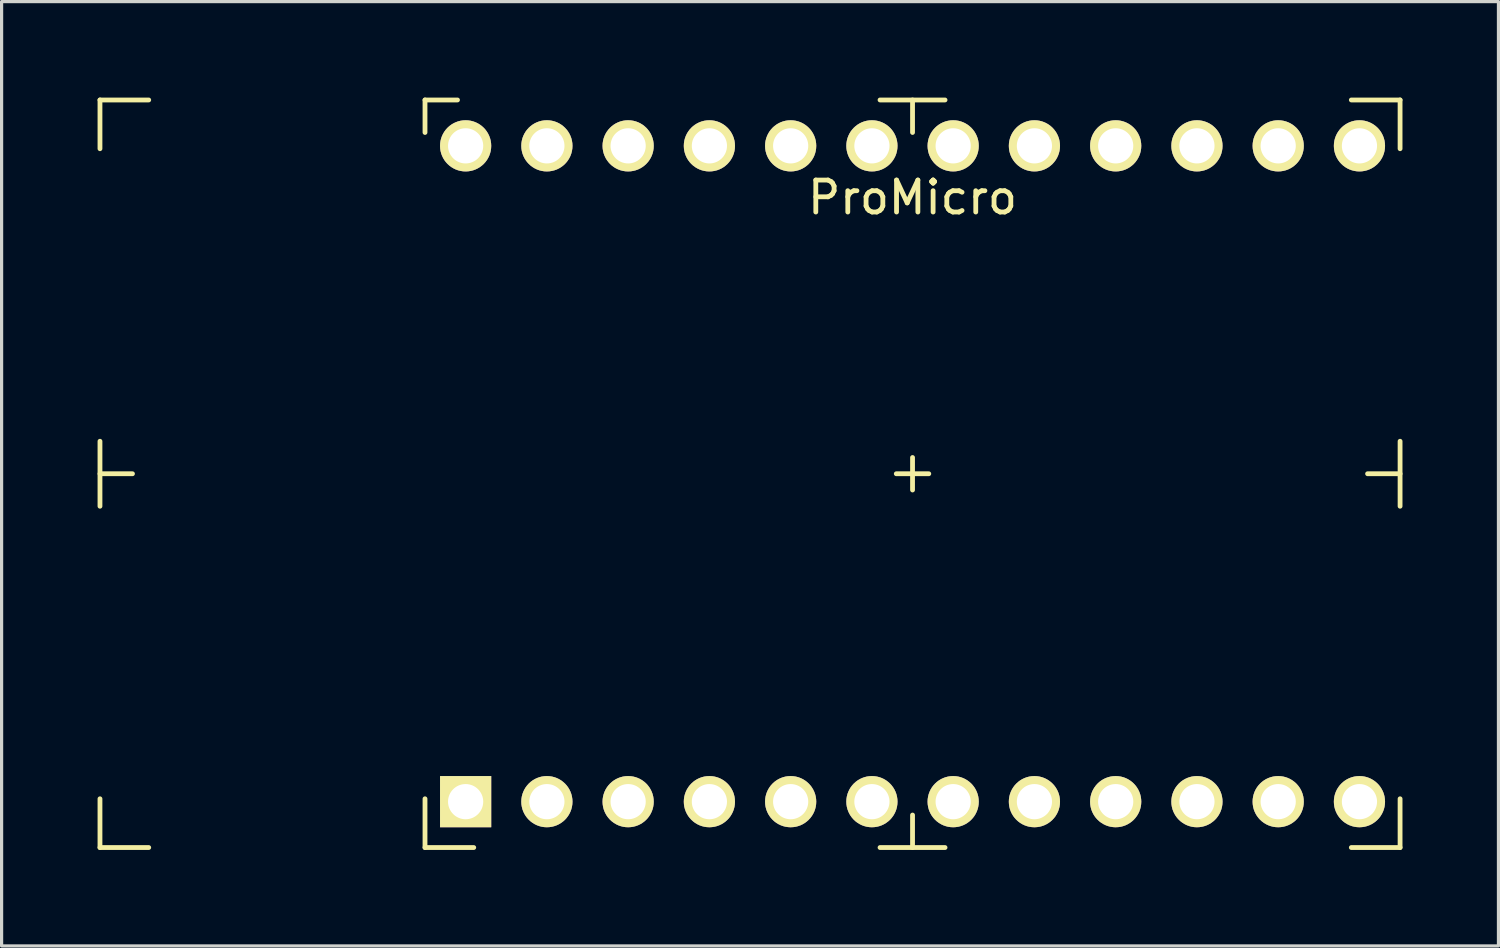
<source format=kicad_pcb>
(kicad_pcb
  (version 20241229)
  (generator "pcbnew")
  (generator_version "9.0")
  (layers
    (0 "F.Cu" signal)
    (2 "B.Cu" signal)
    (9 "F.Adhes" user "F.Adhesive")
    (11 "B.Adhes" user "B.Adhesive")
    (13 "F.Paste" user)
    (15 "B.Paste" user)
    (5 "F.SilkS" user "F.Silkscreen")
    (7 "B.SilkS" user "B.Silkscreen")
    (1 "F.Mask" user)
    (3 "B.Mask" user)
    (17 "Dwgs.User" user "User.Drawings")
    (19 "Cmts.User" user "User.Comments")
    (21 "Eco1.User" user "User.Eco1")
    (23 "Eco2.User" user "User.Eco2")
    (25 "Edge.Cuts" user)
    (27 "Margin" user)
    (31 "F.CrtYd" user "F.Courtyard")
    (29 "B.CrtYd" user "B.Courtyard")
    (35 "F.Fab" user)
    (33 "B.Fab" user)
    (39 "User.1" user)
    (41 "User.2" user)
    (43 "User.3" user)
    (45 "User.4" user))
  (footprint "ProMicro"
    (layer "F.Cu")
    (at 25.475 11.759)
    (property "Reference" "ProMicro" (at 0 -8.636 0) (layer "F.SilkS") (effects (font (size 1 1) (thickness 0.15))))
    (attr through_hole)
    (fp_line (start -25.4 -11.684) (end -25.4 -10.16) (stroke (width 0.15) (type solid)) (layer "F.SilkS"))
    (fp_line (start -25.4 -11.684) (end -23.876 -11.684) (stroke (width 0.15) (type solid)) (layer "F.SilkS"))
    (fp_line (start -25.4 0) (end -24.384 0) (stroke (width 0.15) (type solid)) (layer "F.SilkS"))
    (fp_line (start -25.4 1.016) (end -25.4 -1.016) (stroke (width 0.15) (type solid)) (layer "F.SilkS"))
    (fp_line (start -25.4 11.684) (end -25.4 10.16) (stroke (width 0.15) (type solid)) (layer "F.SilkS"))
    (fp_line (start -25.4 11.684) (end -23.876 11.684) (stroke (width 0.15) (type solid)) (layer "F.SilkS"))
    (fp_line (start -15.24 -11.684) (end -15.24 -10.668) (stroke (width 0.15) (type solid)) (layer "F.SilkS"))
    (fp_line (start -15.24 10.16) (end -15.24 11.684) (stroke (width 0.15) (type solid)) (layer "F.SilkS"))
    (fp_line (start -15.24 11.684) (end -13.716 11.684) (stroke (width 0.15) (type solid)) (layer "F.SilkS"))
    (fp_line (start -14.224 -11.684) (end -15.24 -11.684) (stroke (width 0.15) (type solid)) (layer "F.SilkS"))
    (fp_line (start -1.016 -11.684) (end 1.016 -11.684) (stroke (width 0.15) (type solid)) (layer "F.SilkS"))
    (fp_line (start -1.016 11.684) (end 1.016 11.684) (stroke (width 0.15) (type solid)) (layer "F.SilkS"))
    (fp_line (start -0.508 0) (end 0.508 0) (stroke (width 0.15) (type solid)) (layer "F.SilkS"))
    (fp_line (start 0 -11.684) (end 0 -10.668) (stroke (width 0.15) (type solid)) (layer "F.SilkS"))
    (fp_line (start 0 -0.508) (end 0 0.508) (stroke (width 0.15) (type solid)) (layer "F.SilkS"))
    (fp_line (start 0 11.684) (end 0 10.668) (stroke (width 0.15) (type solid)) (layer "F.SilkS"))
    (fp_line (start 13.716 11.684) (end 15.24 11.684) (stroke (width 0.15) (type solid)) (layer "F.SilkS"))
    (fp_line (start 15.24 -11.684) (end 13.716 -11.684) (stroke (width 0.15) (type solid)) (layer "F.SilkS"))
    (fp_line (start 15.24 -10.16) (end 15.24 -11.684) (stroke (width 0.15) (type solid)) (layer "F.SilkS"))
    (fp_line (start 15.24 0) (end 14.224 0) (stroke (width 0.15) (type solid)) (layer "F.SilkS"))
    (fp_line (start 15.24 1.016) (end 15.24 -1.016) (stroke (width 0.15) (type solid)) (layer "F.SilkS"))
    (fp_line (start 15.24 11.684) (end 15.24 10.16) (stroke (width 0.15) (type solid)) (layer "F.SilkS"))
    (pad "1" thru_hole rect (at -13.97 10.25) (size 1.6 1.6) (drill 1.1) (layers "*.Cu" "*.Mask" "F.SilkS"))
    (pad "2" thru_hole circle (at -11.43 10.25) (size 1.6 1.6) (drill 1.1) (layers "*.Cu" "*.Mask" "F.SilkS"))
    (pad "3" thru_hole circle (at -8.89 10.25) (size 1.6 1.6) (drill 1.1) (layers "*.Cu" "*.Mask" "F.SilkS"))
    (pad "4" thru_hole circle (at -6.35 10.25) (size 1.6 1.6) (drill 1.1) (layers "*.Cu" "*.Mask" "F.SilkS"))
    (pad "5" thru_hole circle (at -3.81 10.25) (size 1.6 1.6) (drill 1.1) (layers "*.Cu" "*.Mask" "F.SilkS"))
    (pad "6" thru_hole circle (at -1.27 10.25) (size 1.6 1.6) (drill 1.1) (layers "*.Cu" "*.Mask" "F.SilkS"))
    (pad "7" thru_hole circle (at 1.27 10.25) (size 1.6 1.6) (drill 1.1) (layers "*.Cu" "*.Mask" "F.SilkS"))
    (pad "8" thru_hole circle (at 3.81 10.25) (size 1.6 1.6) (drill 1.1) (layers "*.Cu" "*.Mask" "F.SilkS"))
    (pad "9" thru_hole circle (at 6.35 10.25) (size 1.6 1.6) (drill 1.1) (layers "*.Cu" "*.Mask" "F.SilkS"))
    (pad "10" thru_hole circle (at 8.89 10.25) (size 1.6 1.6) (drill 1.1) (layers "*.Cu" "*.Mask" "F.SilkS"))
    (pad "11" thru_hole circle (at 11.43 10.25) (size 1.6 1.6) (drill 1.1) (layers "*.Cu" "*.Mask" "F.SilkS"))
    (pad "12" thru_hole circle (at 13.97 10.25) (size 1.6 1.6) (drill 1.1) (layers "*.Cu" "*.Mask" "F.SilkS"))
    (pad "13" thru_hole circle (at 13.97 -10.25) (size 1.6 1.6) (drill 1.1) (layers "*.Cu" "*.Mask" "F.SilkS"))
    (pad "14" thru_hole circle (at 11.43 -10.25) (size 1.6 1.6) (drill 1.1) (layers "*.Cu" "*.Mask" "F.SilkS"))
    (pad "15" thru_hole circle (at 8.89 -10.25) (size 1.6 1.6) (drill 1.1) (layers "*.Cu" "*.Mask" "F.SilkS"))
    (pad "16" thru_hole circle (at 6.35 -10.25) (size 1.6 1.6) (drill 1.1) (layers "*.Cu" "*.Mask" "F.SilkS"))
    (pad "17" thru_hole circle (at 3.81 -10.25) (size 1.6 1.6) (drill 1.1) (layers "*.Cu" "*.Mask" "F.SilkS"))
    (pad "18" thru_hole circle (at 1.27 -10.25) (size 1.6 1.6) (drill 1.1) (layers "*.Cu" "*.Mask" "F.SilkS"))
    (pad "19" thru_hole circle (at -1.27 -10.25) (size 1.6 1.6) (drill 1.1) (layers "*.Cu" "*.Mask" "F.SilkS"))
    (pad "20" thru_hole circle (at -3.81 -10.25) (size 1.6 1.6) (drill 1.1) (layers "*.Cu" "*.Mask" "F.SilkS"))
    (pad "21" thru_hole circle (at -6.35 -10.25) (size 1.6 1.6) (drill 1.1) (layers "*.Cu" "*.Mask" "F.SilkS"))
    (pad "22" thru_hole circle (at -8.89 -10.25) (size 1.6 1.6) (drill 1.1) (layers "*.Cu" "*.Mask" "F.SilkS"))
    (pad "23" thru_hole circle (at -11.43 -10.25) (size 1.6 1.6) (drill 1.1) (layers "*.Cu" "*.Mask" "F.SilkS"))
    (pad "24" thru_hole circle (at -13.97 -10.25) (size 1.6 1.6) (drill 1.1) (layers "*.Cu" "*.Mask" "F.SilkS")))
  (gr_rect
    (start -3 -3)
    (end 43.79 26.518)
    (stroke (width 0.1) (type default))
    (fill no)
    (layer "Edge.Cuts")))
</source>
